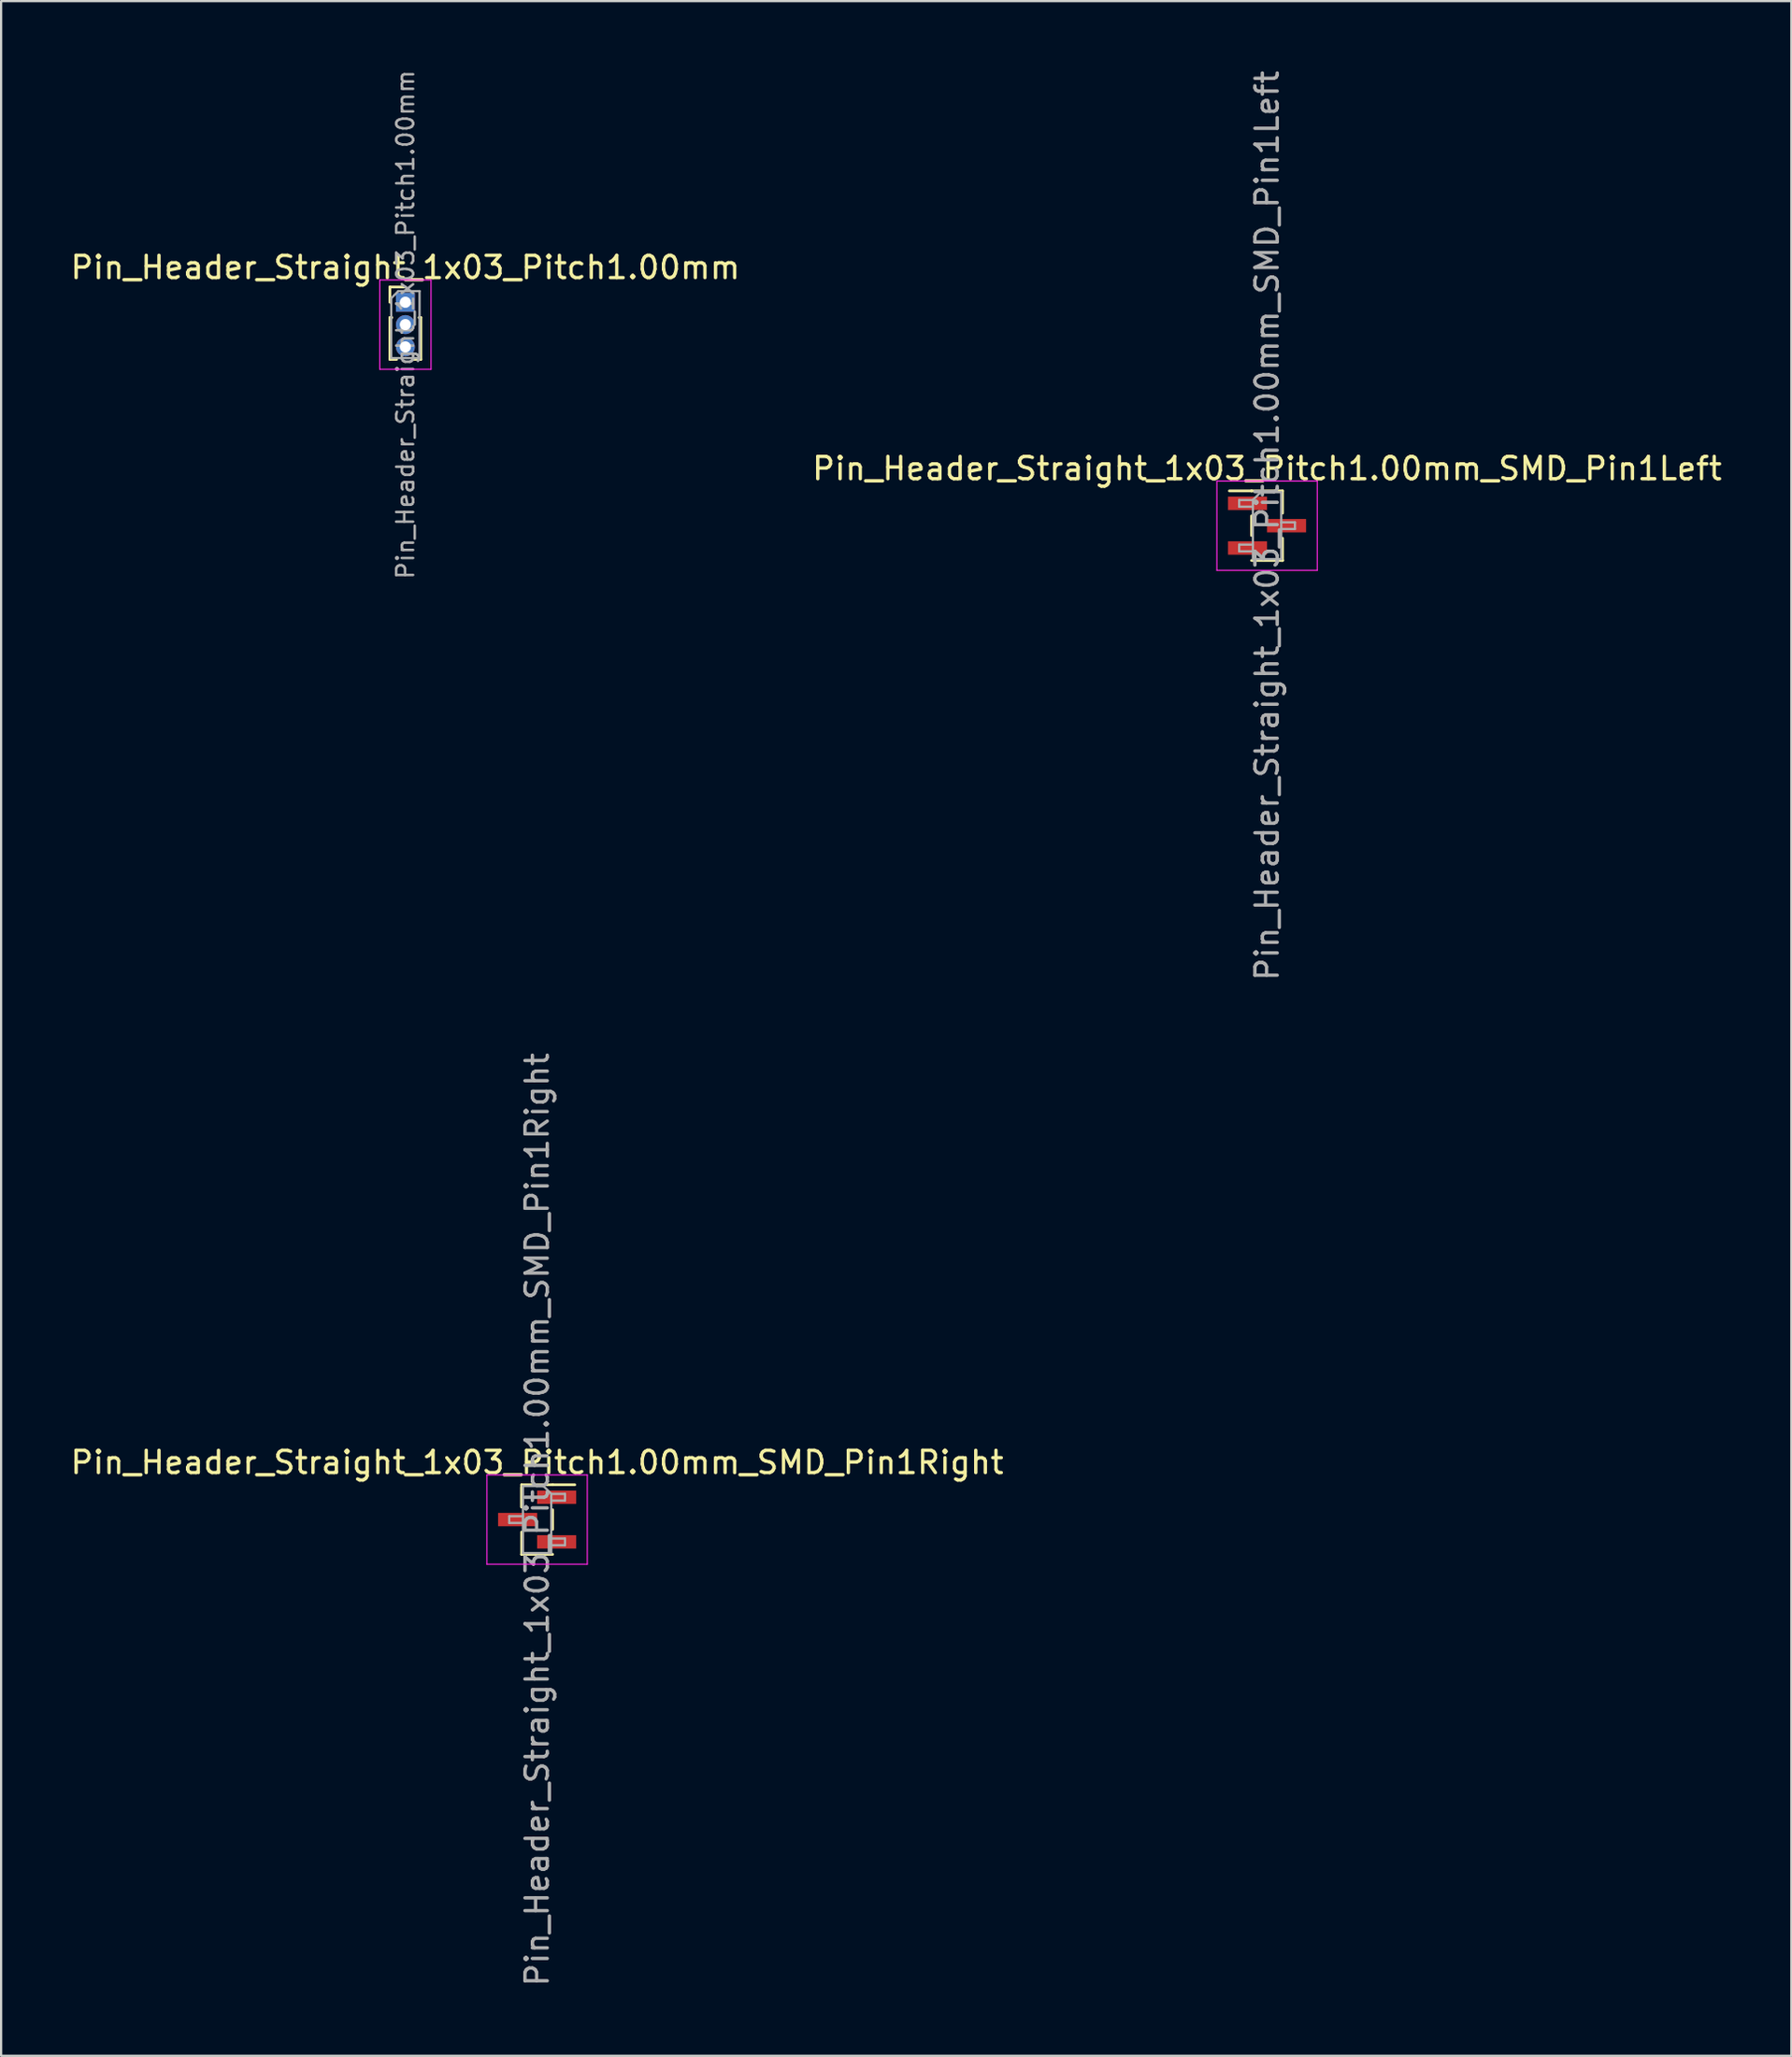
<source format=kicad_pcb>
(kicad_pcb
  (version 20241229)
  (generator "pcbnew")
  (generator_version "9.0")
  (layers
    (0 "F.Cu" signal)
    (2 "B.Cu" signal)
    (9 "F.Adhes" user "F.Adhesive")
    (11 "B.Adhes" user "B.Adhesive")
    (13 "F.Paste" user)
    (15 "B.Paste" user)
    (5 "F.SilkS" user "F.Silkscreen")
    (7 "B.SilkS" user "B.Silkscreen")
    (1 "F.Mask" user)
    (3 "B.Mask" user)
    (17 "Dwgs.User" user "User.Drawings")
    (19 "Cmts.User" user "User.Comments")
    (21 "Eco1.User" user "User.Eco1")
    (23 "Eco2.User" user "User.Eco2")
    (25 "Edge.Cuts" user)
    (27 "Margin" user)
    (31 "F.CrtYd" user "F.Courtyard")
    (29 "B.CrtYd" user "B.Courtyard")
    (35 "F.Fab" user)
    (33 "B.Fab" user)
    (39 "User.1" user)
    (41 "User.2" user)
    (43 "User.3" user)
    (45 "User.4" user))
  (footprint "Pin_Header_Straight_1x03_Pitch1.00mm_SMD_Pin1Right"
    (layer "F.Cu")
    (at 21.03 65.042)
    (property "Reference" "Pin_Header_Straight_1x03_Pitch1.00mm_SMD_Pin1Right" (at 0 -2.56 0) (layer "F.SilkS") (effects (font (size 1 1) (thickness 0.15))))
    (attr smd)
    (fp_line (start -0.695 -1.56) (end -0.695 -0.56) (stroke (width 0.12) (type solid)) (layer "F.SilkS"))
    (fp_line (start -0.695 -1.56) (end 0.695 -1.56) (stroke (width 0.12) (type solid)) (layer "F.SilkS"))
    (fp_line (start -0.695 -1.44) (end -0.695 -0.56) (stroke (width 0.12) (type solid)) (layer "F.SilkS"))
    (fp_line (start -0.695 0.56) (end -0.695 1.56) (stroke (width 0.12) (type solid)) (layer "F.SilkS"))
    (fp_line (start -0.695 1.56) (end -0.695 1.56) (stroke (width 0.12) (type solid)) (layer "F.SilkS"))
    (fp_line (start -0.695 1.56) (end 0.695 1.56) (stroke (width 0.12) (type solid)) (layer "F.SilkS"))
    (fp_line (start 0.695 -1.56) (end 0.695 -1.56) (stroke (width 0.12) (type solid)) (layer "F.SilkS"))
    (fp_line (start 0.695 -1.56) (end 1.69 -1.56) (stroke (width 0.12) (type solid)) (layer "F.SilkS"))
    (fp_line (start 0.695 -0.44) (end 0.695 0.44) (stroke (width 0.12) (type solid)) (layer "F.SilkS"))
    (fp_line (start -2.25 -2) (end -2.25 2) (stroke (width 0.05) (type solid)) (layer "F.CrtYd"))
    (fp_line (start -2.25 2) (end 2.25 2) (stroke (width 0.05) (type solid)) (layer "F.CrtYd"))
    (fp_line (start 2.25 -2) (end -2.25 -2) (stroke (width 0.05) (type solid)) (layer "F.CrtYd"))
    (fp_line (start 2.25 2) (end 2.25 -2) (stroke (width 0.05) (type solid)) (layer "F.CrtYd"))
    (fp_line (start -1.25 -0.15) (end -1.25 0.15) (stroke (width 0.1) (type solid)) (layer "F.Fab"))
    (fp_line (start -1.25 0.15) (end -0.635 0.15) (stroke (width 0.1) (type solid)) (layer "F.Fab"))
    (fp_line (start -0.635 -1.5) (end -0.635 1.5) (stroke (width 0.1) (type solid)) (layer "F.Fab"))
    (fp_line (start -0.635 -1.5) (end 0.285 -1.5) (stroke (width 0.1) (type solid)) (layer "F.Fab"))
    (fp_line (start -0.635 -0.15) (end -1.25 -0.15) (stroke (width 0.1) (type solid)) (layer "F.Fab"))
    (fp_line (start 0.635 -1.15) (end 0.285 -1.5) (stroke (width 0.1) (type solid)) (layer "F.Fab"))
    (fp_line (start 0.635 -1.15) (end 1.25 -1.15) (stroke (width 0.1) (type solid)) (layer "F.Fab"))
    (fp_line (start 0.635 0.85) (end 1.25 0.85) (stroke (width 0.1) (type solid)) (layer "F.Fab"))
    (fp_line (start 0.635 1.5) (end -0.635 1.5) (stroke (width 0.1) (type solid)) (layer "F.Fab"))
    (fp_line (start 0.635 1.5) (end 0.635 -1.15) (stroke (width 0.1) (type solid)) (layer "F.Fab"))
    (fp_line (start 1.25 -1.15) (end 1.25 -0.85) (stroke (width 0.1) (type solid)) (layer "F.Fab"))
    (fp_line (start 1.25 -0.85) (end 0.635 -0.85) (stroke (width 0.1) (type solid)) (layer "F.Fab"))
    (fp_line (start 1.25 0.85) (end 1.25 1.15) (stroke (width 0.1) (type solid)) (layer "F.Fab"))
    (fp_line (start 1.25 1.15) (end 0.635 1.15) (stroke (width 0.1) (type solid)) (layer "F.Fab"))
    (fp_text user "${REFERENCE}" (at 0 0 90) (layer "F.Fab") (effects (font (size 1 1) (thickness 0.15))))
    (pad "1" smd rect (at 0.875 -1) (size 1.75 0.6) (layers "F.Cu" "F.Mask" "F.Paste"))
    (pad "2" smd rect (at -0.875 0) (size 1.75 0.6) (layers "F.Cu" "F.Mask" "F.Paste"))
    (pad "3" smd rect (at 0.875 1) (size 1.75 0.6) (layers "F.Cu" "F.Mask" "F.Paste")))
  (footprint "Pin_Header_Straight_1x03_Pitch1.00mm_SMD_Pin1Left"
    (layer "F.Cu")
    (at 53.756 20.506)
    (property "Reference" "Pin_Header_Straight_1x03_Pitch1.00mm_SMD_Pin1Left" (at 0 -2.56 0) (layer "F.SilkS") (effects (font (size 1 1) (thickness 0.15))))
    (attr smd)
    (fp_line (start -0.695 -1.56) (end -1.69 -1.56) (stroke (width 0.12) (type solid)) (layer "F.SilkS"))
    (fp_line (start -0.695 -1.56) (end -0.695 -1.56) (stroke (width 0.12) (type solid)) (layer "F.SilkS"))
    (fp_line (start -0.695 -1.56) (end 0.695 -1.56) (stroke (width 0.12) (type solid)) (layer "F.SilkS"))
    (fp_line (start -0.695 -0.44) (end -0.695 0.44) (stroke (width 0.12) (type solid)) (layer "F.SilkS"))
    (fp_line (start -0.695 1.56) (end 0.695 1.56) (stroke (width 0.12) (type solid)) (layer "F.SilkS"))
    (fp_line (start 0.695 -1.56) (end 0.695 -0.56) (stroke (width 0.12) (type solid)) (layer "F.SilkS"))
    (fp_line (start 0.695 0.56) (end 0.695 1.56) (stroke (width 0.12) (type solid)) (layer "F.SilkS"))
    (fp_line (start 0.695 1.56) (end 0.695 1.56) (stroke (width 0.12) (type solid)) (layer "F.SilkS"))
    (fp_line (start -2.25 -2) (end -2.25 2) (stroke (width 0.05) (type solid)) (layer "F.CrtYd"))
    (fp_line (start -2.25 2) (end 2.25 2) (stroke (width 0.05) (type solid)) (layer "F.CrtYd"))
    (fp_line (start 2.25 -2) (end -2.25 -2) (stroke (width 0.05) (type solid)) (layer "F.CrtYd"))
    (fp_line (start 2.25 2) (end 2.25 -2) (stroke (width 0.05) (type solid)) (layer "F.CrtYd"))
    (fp_line (start -1.25 -1.15) (end -1.25 -0.85) (stroke (width 0.1) (type solid)) (layer "F.Fab"))
    (fp_line (start -1.25 -0.85) (end -0.635 -0.85) (stroke (width 0.1) (type solid)) (layer "F.Fab"))
    (fp_line (start -1.25 0.85) (end -1.25 1.15) (stroke (width 0.1) (type solid)) (layer "F.Fab"))
    (fp_line (start -1.25 1.15) (end -0.635 1.15) (stroke (width 0.1) (type solid)) (layer "F.Fab"))
    (fp_line (start -0.635 -1.15) (end -1.25 -1.15) (stroke (width 0.1) (type solid)) (layer "F.Fab"))
    (fp_line (start -0.635 -1.15) (end -0.285 -1.5) (stroke (width 0.1) (type solid)) (layer "F.Fab"))
    (fp_line (start -0.635 0.85) (end -1.25 0.85) (stroke (width 0.1) (type solid)) (layer "F.Fab"))
    (fp_line (start -0.635 1.5) (end -0.635 -1.15) (stroke (width 0.1) (type solid)) (layer "F.Fab"))
    (fp_line (start -0.285 -1.5) (end 0.635 -1.5) (stroke (width 0.1) (type solid)) (layer "F.Fab"))
    (fp_line (start 0.635 -1.5) (end 0.635 1.5) (stroke (width 0.1) (type solid)) (layer "F.Fab"))
    (fp_line (start 0.635 -0.15) (end 1.25 -0.15) (stroke (width 0.1) (type solid)) (layer "F.Fab"))
    (fp_line (start 0.635 1.5) (end -0.635 1.5) (stroke (width 0.1) (type solid)) (layer "F.Fab"))
    (fp_line (start 1.25 -0.15) (end 1.25 0.15) (stroke (width 0.1) (type solid)) (layer "F.Fab"))
    (fp_line (start 1.25 0.15) (end 0.635 0.15) (stroke (width 0.1) (type solid)) (layer "F.Fab"))
    (fp_text user "${REFERENCE}" (at 0 0 90) (layer "F.Fab") (effects (font (size 1 1) (thickness 0.15))))
    (pad "1" smd rect (at -0.875 -1) (size 1.75 0.6) (layers "F.Cu" "F.Mask" "F.Paste"))
    (pad "2" smd rect (at 0.875 0) (size 1.75 0.6) (layers "F.Cu" "F.Mask" "F.Paste"))
    (pad "3" smd rect (at -0.875 1) (size 1.75 0.6) (layers "F.Cu" "F.Mask" "F.Paste")))
  (footprint "Pin_Header_Straight_1x03_Pitch1.00mm"
    (layer "F.Cu")
    (at 15.125 10.495)
    (property "Reference" "Pin_Header_Straight_1x03_Pitch1.00mm" (at 0 -1.56 0) (layer "F.SilkS") (effects (font (size 1 1) (thickness 0.15))))
    (attr through_hole)
    (fp_line (start -0.695 -0.685) (end 0 -0.685) (stroke (width 0.12) (type solid)) (layer "F.SilkS"))
    (fp_line (start -0.695 0) (end -0.695 -0.685) (stroke (width 0.12) (type solid)) (layer "F.SilkS"))
    (fp_line (start -0.695 0.685) (end -0.695 2.56) (stroke (width 0.12) (type solid)) (layer "F.SilkS"))
    (fp_line (start -0.695 0.685) (end -0.608 0.685) (stroke (width 0.12) (type solid)) (layer "F.SilkS"))
    (fp_line (start -0.695 2.56) (end -0.394 2.56) (stroke (width 0.12) (type solid)) (layer "F.SilkS"))
    (fp_line (start 0.394 2.56) (end 0.695 2.56) (stroke (width 0.12) (type solid)) (layer "F.SilkS"))
    (fp_line (start 0.608 0.685) (end 0.695 0.685) (stroke (width 0.12) (type solid)) (layer "F.SilkS"))
    (fp_line (start 0.695 0.685) (end 0.695 2.56) (stroke (width 0.12) (type solid)) (layer "F.SilkS"))
    (fp_line (start -1.15 -1) (end -1.15 3) (stroke (width 0.05) (type solid)) (layer "F.CrtYd"))
    (fp_line (start -1.15 3) (end 1.15 3) (stroke (width 0.05) (type solid)) (layer "F.CrtYd"))
    (fp_line (start 1.15 -1) (end -1.15 -1) (stroke (width 0.05) (type solid)) (layer "F.CrtYd"))
    (fp_line (start 1.15 3) (end 1.15 -1) (stroke (width 0.05) (type solid)) (layer "F.CrtYd"))
    (fp_line (start -0.635 -0.182) (end -0.318 -0.5) (stroke (width 0.1) (type solid)) (layer "F.Fab"))
    (fp_line (start -0.635 2.5) (end -0.635 -0.182) (stroke (width 0.1) (type solid)) (layer "F.Fab"))
    (fp_line (start -0.318 -0.5) (end 0.635 -0.5) (stroke (width 0.1) (type solid)) (layer "F.Fab"))
    (fp_line (start 0.635 -0.5) (end 0.635 2.5) (stroke (width 0.1) (type solid)) (layer "F.Fab"))
    (fp_line (start 0.635 2.5) (end -0.635 2.5) (stroke (width 0.1) (type solid)) (layer "F.Fab"))
    (fp_text user "${REFERENCE}" (at 0 1 90) (layer "F.Fab") (effects (font (size 0.76 0.76) (thickness 0.114))))
    (pad "1" thru_hole rect (at 0 0) (size 0.85 0.85) (drill 0.5) (layers "*.Cu" "*.Mask"))
    (pad "2" thru_hole oval (at 0 1) (size 0.85 0.85) (drill 0.5) (layers "*.Cu" "*.Mask"))
    (pad "3" thru_hole oval (at 0 2) (size 0.85 0.85) (drill 0.5) (layers "*.Cu" "*.Mask")))
  (gr_rect
    (start -3 -3)
    (end 77.262 89.071)
    (stroke (width 0.1) (type default))
    (fill no)
    (layer "Edge.Cuts")))
</source>
